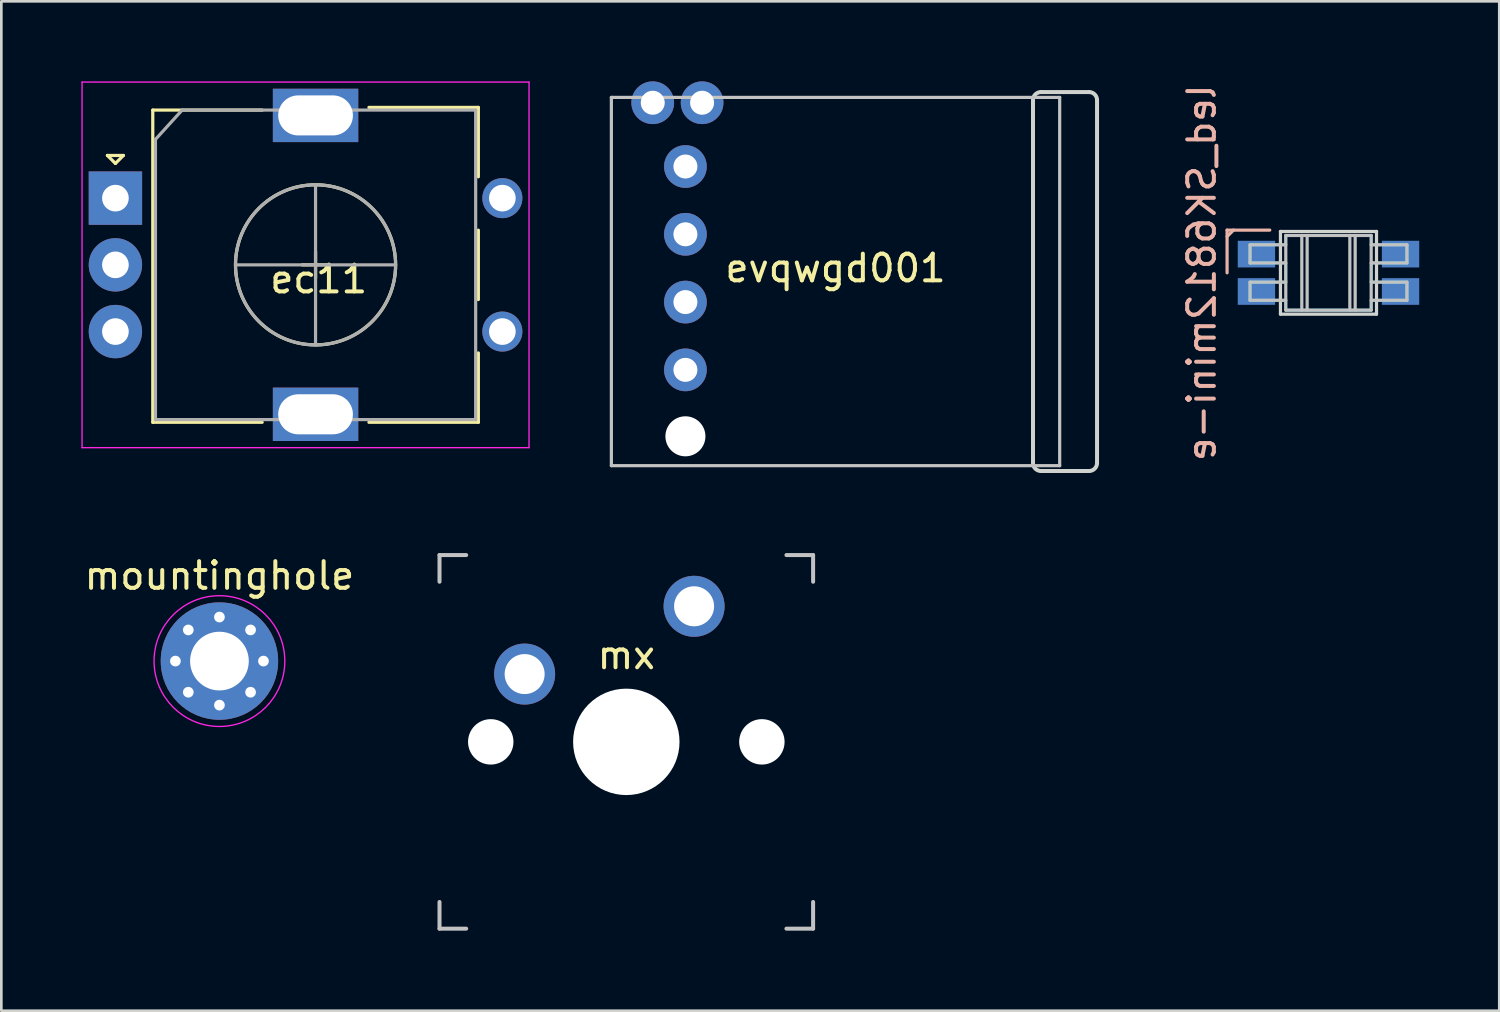
<source format=kicad_pcb>
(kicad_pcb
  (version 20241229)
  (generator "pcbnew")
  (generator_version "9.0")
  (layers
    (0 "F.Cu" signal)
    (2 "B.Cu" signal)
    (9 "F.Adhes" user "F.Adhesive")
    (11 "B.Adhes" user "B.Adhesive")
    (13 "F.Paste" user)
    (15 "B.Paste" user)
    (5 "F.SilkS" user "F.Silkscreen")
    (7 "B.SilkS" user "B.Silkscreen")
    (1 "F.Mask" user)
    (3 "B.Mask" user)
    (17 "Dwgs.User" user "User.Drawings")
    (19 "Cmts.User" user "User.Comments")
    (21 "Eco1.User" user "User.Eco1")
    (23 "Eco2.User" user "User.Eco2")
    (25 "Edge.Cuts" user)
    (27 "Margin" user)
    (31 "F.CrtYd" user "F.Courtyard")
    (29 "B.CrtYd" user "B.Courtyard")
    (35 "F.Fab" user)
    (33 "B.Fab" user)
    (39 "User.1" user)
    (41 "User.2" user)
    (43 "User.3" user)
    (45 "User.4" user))
  (footprint "ec11"
    (layer "F.Cu")
    (at 8.895 6.915)
    (property "Reference" "ec11" (at 0 0.5 0) (layer "F.SilkS") (effects (font (size 1 1) (thickness 0.15))))
    (attr through_hole)
    (fp_line (start -7.92 -4.14) (end -7.32 -4.14) (stroke (width 0.12) (type solid)) (layer "F.SilkS"))
    (fp_line (start -7.62 -3.84) (end -7.92 -4.14) (stroke (width 0.12) (type solid)) (layer "F.SilkS"))
    (fp_line (start -7.32 -4.14) (end -7.62 -3.84) (stroke (width 0.12) (type solid)) (layer "F.SilkS"))
    (fp_line (start -6.22 -5.84) (end -6.22 5.86) (stroke (width 0.12) (type solid)) (layer "F.SilkS"))
    (fp_line (start -2.12 -5.84) (end -6.22 -5.84) (stroke (width 0.12) (type solid)) (layer "F.SilkS"))
    (fp_line (start -2.12 5.86) (end -6.22 5.86) (stroke (width 0.12) (type solid)) (layer "F.SilkS"))
    (fp_line (start -0.62 -0.04) (end 0.38 -0.04) (stroke (width 0.12) (type solid)) (layer "F.SilkS"))
    (fp_line (start -0.12 -0.54) (end -0.12 0.46) (stroke (width 0.12) (type solid)) (layer "F.SilkS"))
    (fp_line (start 1.88 -5.94) (end 5.98 -5.94) (stroke (width 0.12) (type solid)) (layer "F.SilkS"))
    (fp_line (start 5.98 -5.94) (end 5.98 -3.34) (stroke (width 0.12) (type solid)) (layer "F.SilkS"))
    (fp_line (start 5.98 -1.34) (end 5.98 1.26) (stroke (width 0.12) (type solid)) (layer "F.SilkS"))
    (fp_line (start 5.98 3.26) (end 5.98 5.86) (stroke (width 0.12) (type solid)) (layer "F.SilkS"))
    (fp_line (start 5.98 5.86) (end 1.88 5.86) (stroke (width 0.12) (type solid)) (layer "F.SilkS"))
    (fp_circle (center -0.12 -0.04) (end 2.88 -0.04) (stroke (width 0.12) (type solid)) (fill no) (layer "F.SilkS"))
    (fp_line (start -8.87 -6.89) (end -8.87 6.81) (stroke (width 0.05) (type solid)) (layer "F.CrtYd"))
    (fp_line (start -8.87 -6.89) (end 7.88 -6.89) (stroke (width 0.05) (type solid)) (layer "F.CrtYd"))
    (fp_line (start 7.88 6.81) (end -8.87 6.81) (stroke (width 0.05) (type solid)) (layer "F.CrtYd"))
    (fp_line (start 7.88 6.81) (end 7.88 -6.89) (stroke (width 0.05) (type solid)) (layer "F.CrtYd"))
    (fp_line (start -6.12 -4.74) (end -5.12 -5.84) (stroke (width 0.12) (type solid)) (layer "F.Fab"))
    (fp_line (start -6.12 5.76) (end -6.12 -4.74) (stroke (width 0.12) (type solid)) (layer "F.Fab"))
    (fp_line (start -5.12 -5.84) (end 5.88 -5.84) (stroke (width 0.12) (type solid)) (layer "F.Fab"))
    (fp_line (start -3.12 -0.04) (end 2.88 -0.04) (stroke (width 0.12) (type solid)) (layer "F.Fab"))
    (fp_line (start -0.12 -3.04) (end -0.12 2.96) (stroke (width 0.12) (type solid)) (layer "F.Fab"))
    (fp_line (start 5.88 -5.84) (end 5.88 5.76) (stroke (width 0.12) (type solid)) (layer "F.Fab"))
    (fp_line (start 5.88 5.76) (end -6.12 5.76) (stroke (width 0.12) (type solid)) (layer "F.Fab"))
    (fp_circle (center -0.12 -0.04) (end 2.88 -0.04) (stroke (width 0.12) (type solid)) (fill no) (layer "F.Fab"))
    (pad "" thru_hole rect (at -0.12 -5.64) (size 3.2 2) (drill oval 2.8 1.5) (layers "*.Cu" "*.Mask"))
    (pad "" thru_hole rect (at -0.12 5.56) (size 3.2 2) (drill oval 2.8 1.5) (layers "*.Cu" "*.Mask"))
    (pad "1" thru_hole circle (at 6.88 -2.54) (size 1.5 1.5) (drill 1) (layers "*.Cu" "*.Mask"))
    (pad "2" thru_hole circle (at 6.88 2.46) (size 1.5 1.5) (drill 1) (layers "*.Cu" "*.Mask"))
    (pad "A" thru_hole rect (at -7.62 -2.54) (size 2 2) (drill 1) (layers "*.Cu" "*.Mask"))
    (pad "B" thru_hole circle (at -7.62 2.46) (size 2 2) (drill 1) (layers "*.Cu" "*.Mask"))
    (pad "C" thru_hole circle (at -7.62 -0.04) (size 2 2) (drill 1) (layers "*.Cu" "*.Mask")))
  (footprint "mx"
    (layer "F.Cu")
    (at 20.42 24.75)
    (property "Reference" "mx" (at 0 -3.25 0) (layer "F.SilkS") (effects (font (size 1 1) (thickness 0.15))))
    (attr through_hole)
    (fp_line (start -7 -6) (end -7 -7) (stroke (width 0.15) (type solid)) (layer "Dwgs.User"))
    (fp_line (start -7 7) (end -7 6) (stroke (width 0.15) (type solid)) (layer "Dwgs.User"))
    (fp_line (start -7 7) (end -6 7) (stroke (width 0.15) (type solid)) (layer "Dwgs.User"))
    (fp_line (start -6 -7) (end -7 -7) (stroke (width 0.15) (type solid)) (layer "Dwgs.User"))
    (fp_line (start 6 7) (end 7 7) (stroke (width 0.15) (type solid)) (layer "Dwgs.User"))
    (fp_line (start 7 -7) (end 6 -7) (stroke (width 0.15) (type solid)) (layer "Dwgs.User"))
    (fp_line (start 7 -7) (end 7 -6) (stroke (width 0.15) (type solid)) (layer "Dwgs.User"))
    (fp_line (start 7 6) (end 7 7) (stroke (width 0.15) (type solid)) (layer "Dwgs.User"))
    (pad "" np_thru_hole circle (at -5.08 0) (size 1.702 1.702) (drill 1.702) (layers "*.Cu" "*.Mask"))
    (pad "" np_thru_hole circle (at 0 0) (size 3.988 3.988) (drill 3.988) (layers "*.Cu" "*.Mask"))
    (pad "" np_thru_hole circle (at 5.08 0) (size 1.702 1.702) (drill 1.702) (layers "*.Cu" "*.Mask"))
    (pad "1" thru_hole circle (at 2.54 -5.08) (size 2.286 2.286) (drill 1.499) (layers "*.Cu" "*.Mask"))
    (pad "2" thru_hole circle (at -3.81 -2.54) (size 2.286 2.286) (drill 1.499) (layers "*.Cu" "*.Mask")))
  (footprint "evqwgd001"
    (layer "F.Cu")
    (at 28.26 7)
    (property "Reference" "evqwgd001" (at 0 0 0) (layer "F.SilkS") (effects (font (size 1 1) (thickness 0.15))))
    (attr through_hole)
    (fp_line (start -8.4 -6.4) (end 8.4 -6.4) (stroke (width 0.12) (type solid)) (layer "Dwgs.User"))
    (fp_line (start -8.4 7.4) (end -8.4 -6.4) (stroke (width 0.12) (type solid)) (layer "Dwgs.User"))
    (fp_line (start 8.4 -6.4) (end 8.4 7.4) (stroke (width 0.12) (type solid)) (layer "Dwgs.User"))
    (fp_line (start 8.4 7.4) (end -8.4 7.4) (stroke (width 0.12) (type solid)) (layer "Dwgs.User"))
    (fp_line (start 7.4 -6.3) (end 7.4 7.3) (stroke (width 0.15) (type solid)) (layer "Edge.Cuts"))
    (fp_line (start 7.7 7.6) (end 9.5 7.6) (stroke (width 0.15) (type solid)) (layer "Edge.Cuts"))
    (fp_line (start 9.5 -6.6) (end 7.7 -6.6) (stroke (width 0.15) (type solid)) (layer "Edge.Cuts"))
    (fp_line (start 9.8 7.3) (end 9.8 -6.3) (stroke (width 0.15) (type solid)) (layer "Edge.Cuts"))
    (fp_arc (start 7.4 -6.3) (mid 7.487868 -6.512132) (end 7.7 -6.6) (stroke (width 0.15) (type solid)) (layer "Edge.Cuts"))
    (fp_arc (start 7.7 7.6) (mid 7.487868 7.512132) (end 7.4 7.3) (stroke (width 0.15) (type solid)) (layer "Edge.Cuts"))
    (fp_arc (start 9.5 -6.6) (mid 9.712132 -6.512132) (end 9.8 -6.3) (stroke (width 0.15) (type solid)) (layer "Edge.Cuts"))
    (fp_arc (start 9.8 7.3) (mid 9.712132 7.512132) (end 9.5 7.6) (stroke (width 0.15) (type solid)) (layer "Edge.Cuts"))
    (pad "" np_thru_hole circle (at -5.625 6.3) (size 1.5 1.5) (drill 1.5) (layers "*.Cu" "*.Mask"))
    (pad "A" thru_hole circle (at -5.625 -3.81) (size 1.6 1.6) (drill 0.9) (layers "*.Cu" "*.Mask"))
    (pad "B" thru_hole circle (at -5.625 -1.27) (size 1.6 1.6) (drill 0.9) (layers "*.Cu" "*.Mask"))
    (pad "C" thru_hole circle (at -5.625 1.27) (size 1.6 1.6) (drill 0.9) (layers "*.Cu" "*.Mask"))
    (pad "D" thru_hole circle (at -5.625 3.81) (size 1.6 1.6) (drill 0.9) (layers "*.Cu" "*.Mask"))
    (pad "S1" thru_hole circle (at -6.85 -6.2) (size 1.6 1.6) (drill 0.9) (layers "*.Cu" "*.Mask"))
    (pad "S2" thru_hole circle (at -5 -6.2) (size 1.6 1.6) (drill 0.9) (layers "*.Cu" "*.Mask")))
  (footprint "mountinghole"
    (layer "F.Cu")
    (at 5.173 21.723)
    (property "Reference" "mountinghole" (at 0 -3.2 0) (layer "F.SilkS") (effects (font (size 1 1) (thickness 0.15))))
    (attr through_hole)
    (fp_circle (center 0 0) (end 2.45 0) (stroke (width 0.05) (type solid)) (fill no) (layer "F.CrtYd"))
    (pad "1" thru_hole circle (at -1.65 0) (size 0.7 0.7) (drill 0.4) (layers "*.Cu" "*.Mask"))
    (pad "1" thru_hole circle (at -1.167 -1.167) (size 0.7 0.7) (drill 0.4) (layers "*.Cu" "*.Mask"))
    (pad "1" thru_hole circle (at -1.167 1.167) (size 0.7 0.7) (drill 0.4) (layers "*.Cu" "*.Mask"))
    (pad "1" thru_hole circle (at 0 -1.65) (size 0.7 0.7) (drill 0.4) (layers "*.Cu" "*.Mask"))
    (pad "1" thru_hole circle (at 0 0) (size 4.4 4.4) (drill 2.2) (layers "*.Cu" "*.Mask"))
    (pad "1" thru_hole circle (at 0 1.65) (size 0.7 0.7) (drill 0.4) (layers "*.Cu" "*.Mask"))
    (pad "1" thru_hole circle (at 1.167 -1.167) (size 0.7 0.7) (drill 0.4) (layers "*.Cu" "*.Mask"))
    (pad "1" thru_hole circle (at 1.167 1.167) (size 0.7 0.7) (drill 0.4) (layers "*.Cu" "*.Mask"))
    (pad "1" thru_hole circle (at 1.65 0) (size 0.7 0.7) (drill 0.4) (layers "*.Cu" "*.Mask")))
  (footprint "led_SK6812mini-e"
    (layer "B.Cu")
    (at 46.733 7.173)
    (property "Reference" "led_SK6812mini-e" (at -4.75 0 90) (layer "B.SilkS") (effects (font (size 1 1) (thickness 0.15)) (justify mirror)))
    (attr through_hole)
    (fp_line (start -3.8 -1.6) (end -2.2 -1.6) (stroke (width 0.12) (type solid)) (layer "B.SilkS"))
    (fp_line (start -3.8 -1.36) (end -3.56 -1.6) (stroke (width 0.12) (type solid)) (layer "B.SilkS"))
    (fp_line (start -3.8 0) (end -3.8 -1.6) (stroke (width 0.12) (type solid)) (layer "B.SilkS"))
    (fp_line (start -2.94 -1.05) (end -2.94 -0.37) (stroke (width 0.12) (type solid)) (layer "Dwgs.User"))
    (fp_line (start -2.94 -0.37) (end -1.6 -0.37) (stroke (width 0.12) (type solid)) (layer "Dwgs.User"))
    (fp_line (start -2.94 0.35) (end -2.94 1.03) (stroke (width 0.12) (type solid)) (layer "Dwgs.User"))
    (fp_line (start -2.94 1.03) (end -1.6 1.03) (stroke (width 0.12) (type solid)) (layer "Dwgs.User"))
    (fp_line (start -1.6 -1.4) (end -1.6 1.4) (stroke (width 0.12) (type solid)) (layer "Dwgs.User"))
    (fp_line (start -1.6 -1.4) (end 1.6 -1.4) (stroke (width 0.12) (type solid)) (layer "Dwgs.User"))
    (fp_line (start -1.6 -1.05) (end -2.94 -1.05) (stroke (width 0.12) (type solid)) (layer "Dwgs.User"))
    (fp_line (start -1.6 0.35) (end -2.94 0.35) (stroke (width 0.12) (type solid)) (layer "Dwgs.User"))
    (fp_line (start -1.6 1.4) (end 1.6 1.4) (stroke (width 0.12) (type solid)) (layer "Dwgs.User"))
    (fp_line (start -1 -1.4) (end -1 1.4) (stroke (width 0.12) (type solid)) (layer "Dwgs.User"))
    (fp_line (start -0.8 -1.4) (end -0.8 1.4) (stroke (width 0.12) (type solid)) (layer "Dwgs.User"))
    (fp_line (start 0.8 -1.4) (end 0.8 1.4) (stroke (width 0.12) (type solid)) (layer "Dwgs.User"))
    (fp_line (start 1 -1.4) (end 1 1.4) (stroke (width 0.12) (type solid)) (layer "Dwgs.User"))
    (fp_line (start 1.6 -1.4) (end 1.6 1.4) (stroke (width 0.12) (type solid)) (layer "Dwgs.User"))
    (fp_line (start 1.6 -0.37) (end 2.94 -0.37) (stroke (width 0.12) (type solid)) (layer "Dwgs.User"))
    (fp_line (start 1.6 1.03) (end 2.94 1.03) (stroke (width 0.12) (type solid)) (layer "Dwgs.User"))
    (fp_line (start 2.94 -1.05) (end 1.6 -1.05) (stroke (width 0.12) (type solid)) (layer "Dwgs.User"))
    (fp_line (start 2.94 -0.37) (end 2.94 -1.05) (stroke (width 0.12) (type solid)) (layer "Dwgs.User"))
    (fp_line (start 2.94 0.35) (end 1.6 0.35) (stroke (width 0.12) (type solid)) (layer "Dwgs.User"))
    (fp_line (start 2.94 1.03) (end 2.94 0.35) (stroke (width 0.12) (type solid)) (layer "Dwgs.User"))
    (fp_line (start -1.8 -1.55) (end -1.8 1.55) (stroke (width 0.12) (type solid)) (layer "Edge.Cuts"))
    (fp_line (start -1.8 1.55) (end 1.8 1.55) (stroke (width 0.12) (type solid)) (layer "Edge.Cuts"))
    (fp_line (start 1.8 -1.55) (end -1.8 -1.55) (stroke (width 0.12) (type solid)) (layer "Edge.Cuts"))
    (fp_line (start 1.8 1.55) (end 1.8 -1.55) (stroke (width 0.12) (type solid)) (layer "Edge.Cuts"))
    (fp_poly (pts (xy 1.6 -1.05) (xy 2.94 -1.05) (xy 2.94 -0.37) (xy 1.6 -0.37) (xy 1.6 0.35) (xy 2.94 0.35) (xy 2.94 1.03) (xy 1.6 1.03) (xy 1.6 1.4) (xy -1.6 1.4) (xy -1.6 1.03) (xy -2.94 1.03) (xy -2.94 0.35) (xy -1.6 0.35) (xy -1.6 -0.37) (xy -2.94 -0.37) (xy -2.94 -1.05) (xy -1.6 -1.05) (xy -1.6 -1.4) (xy 1.6 -1.4)) (stroke (width 0.1) (type solid)) (fill no) (layer "B.CrtYd"))
    (pad "1" smd rect (at 2.7 0.7) (size 1.4 1) (layers "B.Cu" "B.Mask" "B.Paste"))
    (pad "2" smd rect (at 2.7 -0.7) (size 1.4 1) (layers "B.Cu" "B.Mask" "B.Paste"))
    (pad "3" smd rect (at -2.7 -0.7) (size 1.4 1) (layers "B.Cu" "B.Mask" "B.Paste"))
    (pad "4" smd rect (at -2.7 0.7) (size 1.4 1) (layers "B.Cu" "B.Mask" "B.Paste")))
  (gr_rect
    (start -3 -3)
    (end 53.133 34.825)
    (stroke (width 0.1) (type default))
    (fill no)
    (layer "Edge.Cuts")))
</source>
